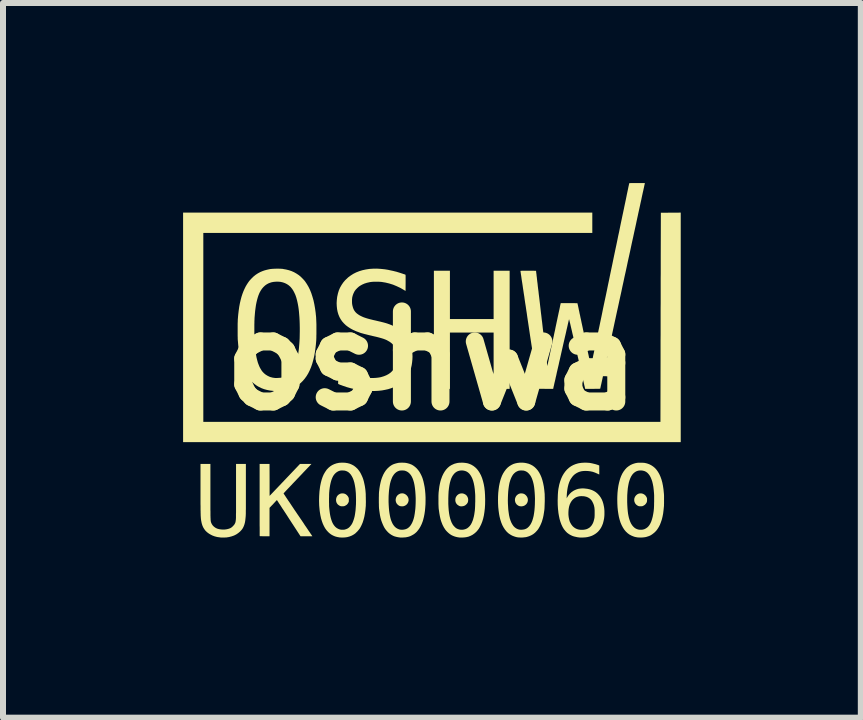
<source format=kicad_pcb>
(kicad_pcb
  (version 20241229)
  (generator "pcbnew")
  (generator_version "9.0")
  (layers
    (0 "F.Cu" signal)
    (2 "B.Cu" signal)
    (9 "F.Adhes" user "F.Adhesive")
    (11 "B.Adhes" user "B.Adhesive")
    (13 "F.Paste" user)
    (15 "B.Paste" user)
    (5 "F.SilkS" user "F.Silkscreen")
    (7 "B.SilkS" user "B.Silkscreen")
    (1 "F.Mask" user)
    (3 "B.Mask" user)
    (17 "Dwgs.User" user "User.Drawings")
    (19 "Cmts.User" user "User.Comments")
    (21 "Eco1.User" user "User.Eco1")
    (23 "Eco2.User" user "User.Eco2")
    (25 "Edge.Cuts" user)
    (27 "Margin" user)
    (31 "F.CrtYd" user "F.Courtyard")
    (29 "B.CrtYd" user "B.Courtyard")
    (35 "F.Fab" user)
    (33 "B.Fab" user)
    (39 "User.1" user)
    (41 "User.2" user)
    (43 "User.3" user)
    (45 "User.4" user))
  (footprint "oshwa"
    (layer "F.Cu")
    (at 4.145 2.96)
    (property "Reference" "oshwa" (at 0 0 0) (layer "F.SilkS") (effects (font (size 1.5 1.5) (thickness 0.3))))
    (attr board_only exclude_from_pos_files exclude_from_bom)
    (fp_poly (pts (xy 0.3 -1.098) (xy 0.3 -0.695) (xy 0.664 -0.695) (xy 1.028 -0.695) (xy 1.028 -1.098) (xy 1.028 -1.5) (xy 1.161 -1.5) (xy 1.295 -1.5) (xy 1.295 -0.516) (xy 1.295 0.468) (xy 1.161 0.468) (xy 1.028 0.468) (xy 1.028 -0.001) (xy 1.028 -0.47) (xy 0.664 -0.47) (xy 0.3 -0.47) (xy 0.3 -0.001) (xy 0.3 0.468) (xy 0.166 0.468) (xy 0.033 0.468) (xy 0.033 -0.516) (xy 0.033 -1.5) (xy 0.166 -1.5) (xy 0.3 -1.5)) (stroke (width 0) (type solid)) (fill yes) (layer "F.SilkS"))
    (fp_poly (pts (xy -0.472 2.211) (xy -0.453 2.218) (xy -0.435 2.229) (xy -0.419 2.243) (xy -0.406 2.259) (xy -0.396 2.278) (xy -0.39 2.298) (xy -0.388 2.319) (xy -0.389 2.333) (xy -0.395 2.355) (xy -0.405 2.375) (xy -0.418 2.392) (xy -0.435 2.406) (xy -0.453 2.416) (xy -0.474 2.423) (xy -0.496 2.425) (xy -0.519 2.423) (xy -0.527 2.422) (xy -0.546 2.415) (xy -0.563 2.403) (xy -0.578 2.389) (xy -0.591 2.371) (xy -0.594 2.365) (xy -0.601 2.343) (xy -0.604 2.322) (xy -0.602 2.3) (xy -0.597 2.28) (xy -0.588 2.261) (xy -0.576 2.244) (xy -0.56 2.23) (xy -0.542 2.219) (xy -0.522 2.211) (xy -0.515 2.21) (xy -0.493 2.208)) (stroke (width 0) (type solid)) (fill yes) (layer "F.SilkS"))
    (fp_poly (pts (xy 0.518 2.211) (xy 0.539 2.218) (xy 0.559 2.229) (xy 0.564 2.232) (xy 0.575 2.242) (xy 0.586 2.256) (xy 0.594 2.271) (xy 0.6 2.286) (xy 0.604 2.305) (xy 0.604 2.326) (xy 0.601 2.347) (xy 0.598 2.358) (xy 0.591 2.371) (xy 0.581 2.385) (xy 0.568 2.397) (xy 0.555 2.408) (xy 0.548 2.412) (xy 0.528 2.42) (xy 0.507 2.424) (xy 0.485 2.425) (xy 0.469 2.423) (xy 0.453 2.417) (xy 0.437 2.407) (xy 0.422 2.396) (xy 0.418 2.392) (xy 0.405 2.375) (xy 0.396 2.357) (xy 0.391 2.337) (xy 0.39 2.318) (xy 0.392 2.295) (xy 0.398 2.275) (xy 0.409 2.256) (xy 0.42 2.242) (xy 0.436 2.228) (xy 0.455 2.217) (xy 0.476 2.211) (xy 0.497 2.209)) (stroke (width 0) (type solid)) (fill yes) (layer "F.SilkS"))
    (fp_poly (pts (xy 1.505 2.21) (xy 1.527 2.215) (xy 1.546 2.224) (xy 1.563 2.238) (xy 1.566 2.241) (xy 1.581 2.259) (xy 1.591 2.278) (xy 1.597 2.298) (xy 1.599 2.318) (xy 1.597 2.337) (xy 1.592 2.356) (xy 1.583 2.374) (xy 1.571 2.39) (xy 1.556 2.403) (xy 1.539 2.414) (xy 1.519 2.421) (xy 1.497 2.425) (xy 1.487 2.425) (xy 1.476 2.424) (xy 1.466 2.423) (xy 1.463 2.423) (xy 1.446 2.417) (xy 1.429 2.407) (xy 1.413 2.394) (xy 1.401 2.378) (xy 1.394 2.367) (xy 1.388 2.351) (xy 1.384 2.332) (xy 1.383 2.314) (xy 1.384 2.3) (xy 1.391 2.277) (xy 1.401 2.257) (xy 1.415 2.24) (xy 1.431 2.227) (xy 1.45 2.216) (xy 1.471 2.21) (xy 1.492 2.209)) (stroke (width 0) (type solid)) (fill yes) (layer "F.SilkS"))
    (fp_poly (pts (xy 4.145 -0.556) (xy 4.145 1.355) (xy 0 1.355) (xy -4.145 1.355) (xy -4.145 -0.556) (xy -4.145 -2.468) (xy -0.736 -2.468) (xy 2.672 -2.468) (xy 2.672 -2.299) (xy 2.672 -2.13) (xy -0.568 -2.13) (xy -3.808 -2.13) (xy -3.808 -0.556) (xy -3.808 1.018) (xy -0.000354 1.018) (xy 3.807 1.018) (xy 3.809 -0.012) (xy 3.809 -0.092) (xy 3.809 -0.174) (xy 3.809 -0.258) (xy 3.809 -0.344) (xy 3.81 -0.431) (xy 3.81 -0.519) (xy 3.81 -0.608) (xy 3.81 -0.697) (xy 3.81 -0.786) (xy 3.81 -0.874) (xy 3.811 -0.962) (xy 3.811 -1.048) (xy 3.811 -1.133) (xy 3.811 -1.217) (xy 3.811 -1.297) (xy 3.811 -1.376) (xy 3.812 -1.451) (xy 3.812 -1.523) (xy 3.812 -1.591) (xy 3.812 -1.656) (xy 3.812 -1.715) (xy 3.812 -1.754) (xy 3.814 -2.466) (xy 3.979 -2.467) (xy 4.145 -2.468)) (stroke (width 0) (type solid)) (fill yes) (layer "F.SilkS"))
    (fp_poly (pts (xy -1.475 2.21) (xy -1.474 2.21) (xy -1.453 2.215) (xy -1.433 2.225) (xy -1.416 2.239) (xy -1.401 2.256) (xy -1.392 2.272) (xy -1.388 2.28) (xy -1.386 2.286) (xy -1.385 2.293) (xy -1.384 2.301) (xy -1.384 2.311) (xy -1.384 2.318) (xy -1.384 2.33) (xy -1.384 2.34) (xy -1.385 2.346) (xy -1.387 2.352) (xy -1.39 2.359) (xy -1.392 2.363) (xy -1.404 2.383) (xy -1.42 2.4) (xy -1.44 2.412) (xy -1.443 2.414) (xy -1.454 2.419) (xy -1.463 2.422) (xy -1.472 2.423) (xy -1.484 2.424) (xy -1.496 2.424) (xy -1.507 2.424) (xy -1.515 2.423) (xy -1.517 2.423) (xy -1.531 2.418) (xy -1.546 2.41) (xy -1.56 2.4) (xy -1.569 2.392) (xy -1.58 2.378) (xy -1.588 2.364) (xy -1.593 2.348) (xy -1.594 2.346) (xy -1.597 2.323) (xy -1.596 2.302) (xy -1.591 2.281) (xy -1.583 2.262) (xy -1.571 2.245) (xy -1.556 2.231) (xy -1.538 2.22) (xy -1.519 2.212) (xy -1.498 2.209)) (stroke (width 0) (type solid)) (fill yes) (layer "F.SilkS"))
    (fp_poly (pts (xy 3.5 2.211) (xy 3.52 2.218) (xy 3.538 2.228) (xy 3.555 2.242) (xy 3.568 2.259) (xy 3.576 2.273) (xy 3.579 2.28) (xy 3.582 2.286) (xy 3.583 2.293) (xy 3.584 2.301) (xy 3.584 2.312) (xy 3.584 2.318) (xy 3.584 2.33) (xy 3.583 2.34) (xy 3.582 2.346) (xy 3.58 2.352) (xy 3.578 2.359) (xy 3.576 2.363) (xy 3.563 2.383) (xy 3.547 2.4) (xy 3.528 2.412) (xy 3.524 2.414) (xy 3.514 2.419) (xy 3.506 2.422) (xy 3.497 2.423) (xy 3.486 2.424) (xy 3.482 2.424) (xy 3.471 2.424) (xy 3.46 2.424) (xy 3.452 2.423) (xy 3.449 2.423) (xy 3.434 2.417) (xy 3.418 2.408) (xy 3.404 2.397) (xy 3.403 2.396) (xy 3.389 2.38) (xy 3.379 2.361) (xy 3.372 2.34) (xy 3.37 2.318) (xy 3.372 2.295) (xy 3.374 2.289) (xy 3.381 2.27) (xy 3.391 2.254) (xy 3.404 2.239) (xy 3.421 2.225) (xy 3.44 2.215) (xy 3.46 2.21) (xy 3.48 2.209)) (stroke (width 0) (type solid)) (fill yes) (layer "F.SilkS"))
    (fp_poly (pts (xy -2.704 1.984) (xy -2.704 2.251) (xy -2.45 1.984) (xy -2.197 1.718) (xy -2.102 1.718) (xy -2.081 1.718) (xy -2.061 1.718) (xy -2.044 1.718) (xy -2.03 1.718) (xy -2.018 1.718) (xy -2.011 1.719) (xy -2.008 1.719) (xy -2.007 1.719) (xy -2.009 1.721) (xy -2.014 1.726) (xy -2.022 1.735) (xy -2.033 1.746) (xy -2.046 1.761) (xy -2.062 1.777) (xy -2.081 1.797) (xy -2.101 1.818) (xy -2.123 1.841) (xy -2.147 1.866) (xy -2.172 1.893) (xy -2.199 1.921) (xy -2.226 1.95) (xy -2.239 1.963) (xy -2.267 1.993) (xy -2.294 2.021) (xy -2.32 2.048) (xy -2.344 2.074) (xy -2.367 2.098) (xy -2.389 2.121) (xy -2.408 2.141) (xy -2.425 2.159) (xy -2.44 2.175) (xy -2.452 2.188) (xy -2.461 2.198) (xy -2.468 2.205) (xy -2.471 2.209) (xy -2.472 2.209) (xy -2.47 2.211) (xy -2.466 2.218) (xy -2.46 2.228) (xy -2.451 2.241) (xy -2.44 2.258) (xy -2.427 2.278) (xy -2.412 2.3) (xy -2.395 2.326) (xy -2.376 2.353) (xy -2.356 2.383) (xy -2.335 2.415) (xy -2.312 2.449) (xy -2.289 2.484) (xy -2.264 2.52) (xy -2.239 2.558) (xy -2.237 2.56) (xy -2.211 2.598) (xy -2.186 2.635) (xy -2.162 2.67) (xy -2.139 2.704) (xy -2.118 2.737) (xy -2.097 2.767) (xy -2.078 2.795) (xy -2.061 2.821) (xy -2.045 2.844) (xy -2.031 2.864) (xy -2.02 2.881) (xy -2.01 2.895) (xy -2.003 2.906) (xy -1.998 2.913) (xy -1.996 2.916) (xy -1.996 2.916) (xy -1.992 2.923) (xy -2.09 2.923) (xy -2.189 2.923) (xy -2.385 2.622) (xy -2.408 2.586) (xy -2.43 2.552) (xy -2.451 2.52) (xy -2.471 2.489) (xy -2.491 2.46) (xy -2.508 2.433) (xy -2.524 2.408) (xy -2.539 2.386) (xy -2.552 2.367) (xy -2.562 2.35) (xy -2.571 2.337) (xy -2.577 2.328) (xy -2.581 2.322) (xy -2.582 2.32) (xy -2.584 2.322) (xy -2.589 2.327) (xy -2.597 2.335) (xy -2.607 2.346) (xy -2.618 2.358) (xy -2.631 2.372) (xy -2.644 2.386) (xy -2.705 2.45) (xy -2.705 2.687) (xy -2.705 2.923) (xy -2.786 2.923) (xy -2.805 2.923) (xy -2.823 2.923) (xy -2.839 2.922) (xy -2.852 2.922) (xy -2.862 2.922) (xy -2.867 2.921) (xy -2.868 2.921) (xy -2.868 2.919) (xy -2.869 2.911) (xy -2.869 2.899) (xy -2.869 2.883) (xy -2.869 2.862) (xy -2.869 2.838) (xy -2.869 2.81) (xy -2.869 2.778) (xy -2.87 2.744) (xy -2.87 2.706) (xy -2.87 2.665) (xy -2.87 2.622) (xy -2.87 2.576) (xy -2.87 2.528) (xy -2.87 2.478) (xy -2.87 2.427) (xy -2.87 2.373) (xy -2.87 2.319) (xy -2.87 2.319) (xy -2.87 1.718) (xy -2.788 1.718) (xy -2.705 1.718)) (stroke (width 0) (type solid)) (fill yes) (layer "F.SilkS"))
    (fp_poly (pts (xy -3.181 1.718) (xy -3.099 1.719) (xy -3.099 2.133) (xy -3.099 2.19) (xy -3.099 2.243) (xy -3.099 2.291) (xy -3.099 2.335) (xy -3.099 2.374) (xy -3.099 2.41) (xy -3.099 2.441) (xy -3.099 2.47) (xy -3.1 2.494) (xy -3.1 2.516) (xy -3.1 2.535) (xy -3.1 2.551) (xy -3.101 2.564) (xy -3.101 2.575) (xy -3.102 2.584) (xy -3.102 2.59) (xy -3.106 2.631) (xy -3.11 2.667) (xy -3.116 2.699) (xy -3.124 2.728) (xy -3.133 2.753) (xy -3.144 2.777) (xy -3.156 2.798) (xy -3.171 2.818) (xy -3.189 2.837) (xy -3.195 2.844) (xy -3.226 2.87) (xy -3.26 2.893) (xy -3.296 2.911) (xy -3.336 2.925) (xy -3.378 2.936) (xy -3.422 2.943) (xy -3.469 2.945) (xy -3.518 2.944) (xy -3.531 2.942) (xy -3.576 2.936) (xy -3.619 2.925) (xy -3.659 2.91) (xy -3.697 2.89) (xy -3.718 2.877) (xy -3.747 2.855) (xy -3.772 2.831) (xy -3.793 2.803) (xy -3.811 2.773) (xy -3.825 2.74) (xy -3.836 2.703) (xy -3.838 2.691) (xy -3.84 2.681) (xy -3.842 2.672) (xy -3.844 2.662) (xy -3.845 2.652) (xy -3.847 2.642) (xy -3.848 2.631) (xy -3.849 2.618) (xy -3.85 2.605) (xy -3.851 2.59) (xy -3.852 2.573) (xy -3.852 2.554) (xy -3.853 2.532) (xy -3.853 2.509) (xy -3.854 2.482) (xy -3.854 2.453) (xy -3.854 2.42) (xy -3.855 2.384) (xy -3.855 2.344) (xy -3.855 2.301) (xy -3.855 2.253) (xy -3.855 2.2) (xy -3.855 2.143) (xy -3.855 2.12) (xy -3.855 1.718) (xy -3.772 1.718) (xy -3.69 1.718) (xy -3.69 2.164) (xy -3.69 2.222) (xy -3.69 2.276) (xy -3.69 2.325) (xy -3.69 2.37) (xy -3.69 2.411) (xy -3.69 2.448) (xy -3.69 2.481) (xy -3.689 2.51) (xy -3.689 2.537) (xy -3.689 2.56) (xy -3.689 2.581) (xy -3.688 2.599) (xy -3.688 2.615) (xy -3.687 2.628) (xy -3.687 2.64) (xy -3.686 2.65) (xy -3.685 2.659) (xy -3.685 2.666) (xy -3.684 2.672) (xy -3.683 2.678) (xy -3.681 2.683) (xy -3.68 2.687) (xy -3.679 2.692) (xy -3.679 2.693) (xy -3.668 2.718) (xy -3.653 2.741) (xy -3.634 2.761) (xy -3.612 2.778) (xy -3.593 2.789) (xy -3.569 2.799) (xy -3.541 2.806) (xy -3.511 2.81) (xy -3.48 2.812) (xy -3.449 2.811) (xy -3.419 2.807) (xy -3.39 2.8) (xy -3.364 2.791) (xy -3.354 2.786) (xy -3.341 2.778) (xy -3.327 2.767) (xy -3.314 2.754) (xy -3.3 2.739) (xy -3.289 2.725) (xy -3.281 2.71) (xy -3.274 2.694) (xy -3.27 2.676) (xy -3.267 2.654) (xy -3.265 2.637) (xy -3.265 2.63) (xy -3.264 2.618) (xy -3.264 2.601) (xy -3.264 2.58) (xy -3.264 2.554) (xy -3.263 2.524) (xy -3.263 2.489) (xy -3.263 2.45) (xy -3.263 2.407) (xy -3.263 2.361) (xy -3.263 2.31) (xy -3.263 2.255) (xy -3.263 2.197) (xy -3.263 2.161) (xy -3.263 1.718)) (stroke (width 0) (type solid)) (fill yes) (layer "F.SilkS"))
    (fp_poly (pts (xy 1.521 1.698) (xy 1.549 1.701) (xy 1.575 1.706) (xy 1.602 1.713) (xy 1.611 1.715) (xy 1.647 1.73) (xy 1.68 1.748) (xy 1.711 1.771) (xy 1.739 1.798) (xy 1.765 1.829) (xy 1.787 1.862) (xy 1.807 1.9) (xy 1.825 1.942) (xy 1.84 1.988) (xy 1.853 2.039) (xy 1.864 2.093) (xy 1.872 2.152) (xy 1.878 2.212) (xy 1.879 2.231) (xy 1.879 2.254) (xy 1.88 2.279) (xy 1.88 2.307) (xy 1.88 2.336) (xy 1.879 2.365) (xy 1.878 2.393) (xy 1.877 2.42) (xy 1.876 2.445) (xy 1.875 2.467) (xy 1.873 2.484) (xy 1.873 2.486) (xy 1.866 2.533) (xy 1.859 2.576) (xy 1.851 2.614) (xy 1.841 2.65) (xy 1.831 2.683) (xy 1.818 2.715) (xy 1.805 2.744) (xy 1.793 2.767) (xy 1.782 2.786) (xy 1.771 2.804) (xy 1.758 2.821) (xy 1.745 2.836) (xy 1.718 2.864) (xy 1.688 2.888) (xy 1.655 2.907) (xy 1.619 2.923) (xy 1.58 2.935) (xy 1.567 2.938) (xy 1.551 2.94) (xy 1.532 2.942) (xy 1.511 2.944) (xy 1.489 2.944) (xy 1.468 2.944) (xy 1.45 2.943) (xy 1.446 2.943) (xy 1.427 2.941) (xy 1.411 2.938) (xy 1.395 2.934) (xy 1.377 2.928) (xy 1.37 2.926) (xy 1.335 2.912) (xy 1.302 2.893) (xy 1.271 2.871) (xy 1.243 2.844) (xy 1.217 2.812) (xy 1.194 2.777) (xy 1.173 2.738) (xy 1.155 2.694) (xy 1.14 2.647) (xy 1.127 2.596) (xy 1.119 2.553) (xy 1.111 2.495) (xy 1.105 2.437) (xy 1.102 2.378) (xy 1.101 2.328) (xy 1.265 2.328) (xy 1.266 2.379) (xy 1.269 2.429) (xy 1.272 2.477) (xy 1.278 2.523) (xy 1.284 2.566) (xy 1.287 2.582) (xy 1.297 2.625) (xy 1.31 2.664) (xy 1.324 2.698) (xy 1.341 2.728) (xy 1.359 2.754) (xy 1.38 2.775) (xy 1.403 2.792) (xy 1.427 2.804) (xy 1.452 2.812) (xy 1.47 2.814) (xy 1.492 2.815) (xy 1.513 2.813) (xy 1.533 2.81) (xy 1.546 2.807) (xy 1.557 2.803) (xy 1.568 2.798) (xy 1.576 2.794) (xy 1.577 2.794) (xy 1.599 2.778) (xy 1.62 2.757) (xy 1.639 2.732) (xy 1.656 2.702) (xy 1.671 2.668) (xy 1.683 2.63) (xy 1.694 2.587) (xy 1.695 2.581) (xy 1.702 2.54) (xy 1.708 2.495) (xy 1.712 2.447) (xy 1.715 2.398) (xy 1.716 2.347) (xy 1.717 2.296) (xy 1.715 2.245) (xy 1.712 2.196) (xy 1.708 2.149) (xy 1.703 2.105) (xy 1.696 2.064) (xy 1.694 2.054) (xy 1.685 2.017) (xy 1.675 1.985) (xy 1.664 1.956) (xy 1.652 1.931) (xy 1.638 1.908) (xy 1.622 1.888) (xy 1.611 1.876) (xy 1.594 1.86) (xy 1.576 1.848) (xy 1.558 1.839) (xy 1.537 1.832) (xy 1.535 1.831) (xy 1.522 1.829) (xy 1.505 1.828) (xy 1.487 1.827) (xy 1.47 1.828) (xy 1.454 1.83) (xy 1.446 1.831) (xy 1.42 1.841) (xy 1.396 1.854) (xy 1.374 1.872) (xy 1.354 1.893) (xy 1.337 1.919) (xy 1.321 1.95) (xy 1.307 1.985) (xy 1.295 2.024) (xy 1.289 2.05) (xy 1.282 2.089) (xy 1.276 2.132) (xy 1.271 2.178) (xy 1.268 2.227) (xy 1.266 2.277) (xy 1.265 2.328) (xy 1.101 2.328) (xy 1.101 2.318) (xy 1.102 2.259) (xy 1.105 2.201) (xy 1.111 2.145) (xy 1.118 2.092) (xy 1.128 2.041) (xy 1.14 1.993) (xy 1.15 1.961) (xy 1.167 1.916) (xy 1.187 1.876) (xy 1.21 1.84) (xy 1.235 1.807) (xy 1.262 1.779) (xy 1.291 1.756) (xy 1.297 1.752) (xy 1.327 1.734) (xy 1.358 1.719) (xy 1.39 1.709) (xy 1.424 1.702) (xy 1.46 1.698) (xy 1.49 1.697)) (stroke (width 0) (type solid)) (fill yes) (layer "F.SilkS"))
    (fp_poly (pts (xy 3.493 1.698) (xy 3.512 1.699) (xy 3.53 1.7) (xy 3.542 1.701) (xy 3.582 1.71) (xy 3.619 1.723) (xy 3.653 1.74) (xy 3.685 1.761) (xy 3.715 1.786) (xy 3.742 1.816) (xy 3.766 1.85) (xy 3.788 1.888) (xy 3.807 1.93) (xy 3.824 1.977) (xy 3.838 2.028) (xy 3.849 2.083) (xy 3.858 2.143) (xy 3.864 2.206) (xy 3.865 2.214) (xy 3.866 2.23) (xy 3.867 2.251) (xy 3.867 2.274) (xy 3.867 2.299) (xy 3.867 2.325) (xy 3.867 2.351) (xy 3.867 2.375) (xy 3.866 2.398) (xy 3.866 2.417) (xy 3.865 2.426) (xy 3.859 2.487) (xy 3.852 2.544) (xy 3.842 2.596) (xy 3.83 2.645) (xy 3.815 2.689) (xy 3.799 2.731) (xy 3.78 2.768) (xy 3.762 2.797) (xy 3.743 2.824) (xy 3.72 2.849) (xy 3.694 2.872) (xy 3.668 2.892) (xy 3.641 2.909) (xy 3.636 2.911) (xy 3.619 2.919) (xy 3.598 2.926) (xy 3.576 2.933) (xy 3.555 2.938) (xy 3.548 2.939) (xy 3.534 2.941) (xy 3.516 2.943) (xy 3.496 2.944) (xy 3.476 2.944) (xy 3.456 2.944) (xy 3.44 2.943) (xy 3.431 2.943) (xy 3.412 2.94) (xy 3.395 2.937) (xy 3.378 2.933) (xy 3.36 2.927) (xy 3.325 2.913) (xy 3.291 2.895) (xy 3.261 2.873) (xy 3.232 2.846) (xy 3.206 2.815) (xy 3.183 2.78) (xy 3.162 2.741) (xy 3.143 2.698) (xy 3.128 2.651) (xy 3.115 2.6) (xy 3.107 2.557) (xy 3.098 2.498) (xy 3.092 2.438) (xy 3.089 2.377) (xy 3.088 2.317) (xy 3.088 2.303) (xy 3.253 2.303) (xy 3.253 2.351) (xy 3.255 2.406) (xy 3.258 2.456) (xy 3.262 2.502) (xy 3.267 2.544) (xy 3.274 2.582) (xy 3.282 2.618) (xy 3.292 2.65) (xy 3.303 2.68) (xy 3.315 2.707) (xy 3.329 2.73) (xy 3.344 2.751) (xy 3.358 2.766) (xy 3.369 2.776) (xy 3.378 2.784) (xy 3.387 2.79) (xy 3.397 2.796) (xy 3.4 2.797) (xy 3.412 2.803) (xy 3.424 2.807) (xy 3.435 2.811) (xy 3.438 2.811) (xy 3.454 2.814) (xy 3.472 2.815) (xy 3.491 2.815) (xy 3.508 2.813) (xy 3.511 2.813) (xy 3.538 2.806) (xy 3.562 2.794) (xy 3.585 2.779) (xy 3.605 2.76) (xy 3.624 2.736) (xy 3.64 2.708) (xy 3.655 2.675) (xy 3.667 2.638) (xy 3.678 2.597) (xy 3.687 2.551) (xy 3.695 2.5) (xy 3.696 2.484) (xy 3.698 2.469) (xy 3.699 2.45) (xy 3.7 2.428) (xy 3.701 2.403) (xy 3.701 2.376) (xy 3.702 2.348) (xy 3.702 2.32) (xy 3.702 2.293) (xy 3.702 2.267) (xy 3.702 2.243) (xy 3.701 2.223) (xy 3.7 2.206) (xy 3.7 2.206) (xy 3.695 2.15) (xy 3.689 2.099) (xy 3.68 2.052) (xy 3.67 2.01) (xy 3.657 1.973) (xy 3.643 1.94) (xy 3.627 1.911) (xy 3.609 1.887) (xy 3.589 1.866) (xy 3.567 1.85) (xy 3.543 1.838) (xy 3.517 1.831) (xy 3.499 1.828) (xy 3.469 1.827) (xy 3.44 1.83) (xy 3.413 1.838) (xy 3.388 1.851) (xy 3.365 1.868) (xy 3.345 1.889) (xy 3.34 1.895) (xy 3.322 1.922) (xy 3.306 1.954) (xy 3.292 1.991) (xy 3.28 2.031) (xy 3.271 2.077) (xy 3.263 2.126) (xy 3.258 2.181) (xy 3.254 2.239) (xy 3.253 2.303) (xy 3.088 2.303) (xy 3.089 2.256) (xy 3.092 2.197) (xy 3.098 2.14) (xy 3.106 2.085) (xy 3.117 2.033) (xy 3.13 1.985) (xy 3.135 1.966) (xy 3.152 1.921) (xy 3.172 1.879) (xy 3.195 1.842) (xy 3.22 1.809) (xy 3.247 1.78) (xy 3.278 1.756) (xy 3.311 1.735) (xy 3.347 1.719) (xy 3.385 1.707) (xy 3.42 1.7) (xy 3.434 1.699) (xy 3.452 1.698) (xy 3.472 1.698)) (stroke (width 0) (type solid)) (fill yes) (layer "F.SilkS"))
    (fp_poly (pts (xy -1.446 1.699) (xy -1.406 1.705) (xy -1.368 1.715) (xy -1.333 1.73) (xy -1.3 1.748) (xy -1.27 1.771) (xy -1.242 1.797) (xy -1.229 1.812) (xy -1.215 1.831) (xy -1.202 1.849) (xy -1.19 1.869) (xy -1.178 1.893) (xy -1.174 1.901) (xy -1.159 1.934) (xy -1.146 1.968) (xy -1.135 2.005) (xy -1.126 2.045) (xy -1.117 2.088) (xy -1.11 2.136) (xy -1.106 2.17) (xy -1.105 2.186) (xy -1.103 2.206) (xy -1.102 2.229) (xy -1.102 2.255) (xy -1.101 2.282) (xy -1.101 2.309) (xy -1.1 2.336) (xy -1.1 2.363) (xy -1.101 2.387) (xy -1.101 2.408) (xy -1.102 2.424) (xy -1.108 2.487) (xy -1.116 2.545) (xy -1.126 2.599) (xy -1.139 2.649) (xy -1.154 2.696) (xy -1.172 2.738) (xy -1.192 2.777) (xy -1.205 2.798) (xy -1.216 2.812) (xy -1.229 2.828) (xy -1.243 2.844) (xy -1.259 2.859) (xy -1.274 2.874) (xy -1.289 2.885) (xy -1.297 2.891) (xy -1.332 2.911) (xy -1.369 2.926) (xy -1.408 2.937) (xy -1.419 2.939) (xy -1.434 2.941) (xy -1.452 2.943) (xy -1.471 2.944) (xy -1.492 2.944) (xy -1.511 2.944) (xy -1.528 2.943) (xy -1.536 2.943) (xy -1.576 2.936) (xy -1.613 2.926) (xy -1.648 2.911) (xy -1.68 2.893) (xy -1.71 2.87) (xy -1.73 2.851) (xy -1.756 2.822) (xy -1.779 2.79) (xy -1.799 2.754) (xy -1.817 2.715) (xy -1.833 2.671) (xy -1.847 2.624) (xy -1.858 2.573) (xy -1.867 2.517) (xy -1.871 2.485) (xy -1.878 2.409) (xy -1.88 2.331) (xy -1.88 2.325) (xy -1.714 2.325) (xy -1.714 2.355) (xy -1.713 2.384) (xy -1.713 2.411) (xy -1.712 2.435) (xy -1.71 2.456) (xy -1.709 2.47) (xy -1.704 2.512) (xy -1.699 2.549) (xy -1.693 2.582) (xy -1.686 2.613) (xy -1.678 2.641) (xy -1.669 2.668) (xy -1.66 2.691) (xy -1.646 2.719) (xy -1.628 2.745) (xy -1.609 2.767) (xy -1.587 2.785) (xy -1.563 2.799) (xy -1.538 2.809) (xy -1.53 2.811) (xy -1.514 2.814) (xy -1.495 2.815) (xy -1.476 2.815) (xy -1.459 2.813) (xy -1.456 2.813) (xy -1.429 2.805) (xy -1.404 2.794) (xy -1.381 2.778) (xy -1.361 2.757) (xy -1.342 2.733) (xy -1.325 2.704) (xy -1.311 2.67) (xy -1.298 2.632) (xy -1.287 2.59) (xy -1.279 2.543) (xy -1.272 2.491) (xy -1.268 2.435) (xy -1.265 2.389) (xy -1.264 2.325) (xy -1.265 2.264) (xy -1.267 2.207) (xy -1.272 2.151) (xy -1.275 2.124) (xy -1.283 2.075) (xy -1.292 2.031) (xy -1.304 1.99) (xy -1.318 1.954) (xy -1.334 1.923) (xy -1.352 1.895) (xy -1.372 1.873) (xy -1.394 1.854) (xy -1.418 1.841) (xy -1.444 1.832) (xy -1.447 1.831) (xy -1.461 1.829) (xy -1.478 1.828) (xy -1.497 1.827) (xy -1.514 1.828) (xy -1.529 1.83) (xy -1.552 1.837) (xy -1.575 1.849) (xy -1.597 1.864) (xy -1.616 1.882) (xy -1.627 1.895) (xy -1.643 1.917) (xy -1.656 1.942) (xy -1.668 1.97) (xy -1.679 2.002) (xy -1.688 2.037) (xy -1.696 2.075) (xy -1.703 2.118) (xy -1.709 2.166) (xy -1.709 2.173) (xy -1.711 2.191) (xy -1.712 2.213) (xy -1.713 2.238) (xy -1.713 2.266) (xy -1.714 2.295) (xy -1.714 2.325) (xy -1.88 2.325) (xy -1.878 2.253) (xy -1.873 2.175) (xy -1.863 2.098) (xy -1.861 2.085) (xy -1.85 2.032) (xy -1.837 1.982) (xy -1.821 1.935) (xy -1.802 1.892) (xy -1.78 1.854) (xy -1.756 1.819) (xy -1.749 1.81) (xy -1.722 1.782) (xy -1.693 1.758) (xy -1.662 1.738) (xy -1.628 1.722) (xy -1.59 1.709) (xy -1.59 1.709) (xy -1.571 1.705) (xy -1.553 1.701) (xy -1.536 1.699) (xy -1.516 1.698) (xy -1.494 1.697) (xy -1.49 1.697)) (stroke (width 0) (type solid)) (fill yes) (layer "F.SilkS"))
    (fp_poly (pts (xy 0.534 1.699) (xy 0.568 1.703) (xy 0.599 1.709) (xy 0.628 1.719) (xy 0.656 1.731) (xy 0.69 1.751) (xy 0.72 1.774) (xy 0.749 1.802) (xy 0.774 1.834) (xy 0.797 1.87) (xy 0.818 1.91) (xy 0.836 1.955) (xy 0.851 2.003) (xy 0.864 2.056) (xy 0.874 2.113) (xy 0.881 2.173) (xy 0.885 2.238) (xy 0.887 2.306) (xy 0.887 2.321) (xy 0.886 2.391) (xy 0.882 2.457) (xy 0.875 2.518) (xy 0.866 2.576) (xy 0.854 2.629) (xy 0.839 2.678) (xy 0.821 2.724) (xy 0.813 2.74) (xy 0.798 2.77) (xy 0.782 2.797) (xy 0.765 2.82) (xy 0.745 2.843) (xy 0.738 2.851) (xy 0.708 2.877) (xy 0.677 2.899) (xy 0.644 2.916) (xy 0.609 2.93) (xy 0.57 2.939) (xy 0.568 2.939) (xy 0.554 2.941) (xy 0.536 2.943) (xy 0.516 2.944) (xy 0.496 2.944) (xy 0.477 2.944) (xy 0.46 2.944) (xy 0.451 2.943) (xy 0.425 2.939) (xy 0.399 2.933) (xy 0.373 2.925) (xy 0.348 2.915) (xy 0.327 2.905) (xy 0.32 2.901) (xy 0.302 2.889) (xy 0.286 2.877) (xy 0.271 2.864) (xy 0.255 2.849) (xy 0.252 2.846) (xy 0.237 2.83) (xy 0.224 2.814) (xy 0.213 2.797) (xy 0.201 2.779) (xy 0.193 2.764) (xy 0.177 2.733) (xy 0.164 2.7) (xy 0.151 2.665) (xy 0.141 2.627) (xy 0.132 2.586) (xy 0.124 2.541) (xy 0.117 2.492) (xy 0.113 2.464) (xy 0.112 2.449) (xy 0.111 2.43) (xy 0.11 2.407) (xy 0.109 2.382) (xy 0.109 2.356) (xy 0.109 2.328) (xy 0.109 2.322) (xy 0.273 2.322) (xy 0.273 2.384) (xy 0.276 2.441) (xy 0.28 2.493) (xy 0.286 2.541) (xy 0.294 2.586) (xy 0.304 2.626) (xy 0.316 2.663) (xy 0.329 2.696) (xy 0.342 2.72) (xy 0.352 2.737) (xy 0.366 2.753) (xy 0.376 2.764) (xy 0.387 2.775) (xy 0.396 2.783) (xy 0.404 2.789) (xy 0.413 2.794) (xy 0.42 2.798) (xy 0.432 2.803) (xy 0.444 2.807) (xy 0.455 2.811) (xy 0.458 2.811) (xy 0.476 2.814) (xy 0.497 2.815) (xy 0.517 2.814) (xy 0.535 2.811) (xy 0.562 2.803) (xy 0.587 2.791) (xy 0.61 2.773) (xy 0.631 2.752) (xy 0.65 2.726) (xy 0.666 2.695) (xy 0.68 2.66) (xy 0.683 2.653) (xy 0.691 2.624) (xy 0.699 2.594) (xy 0.705 2.563) (xy 0.71 2.53) (xy 0.715 2.495) (xy 0.718 2.456) (xy 0.72 2.414) (xy 0.721 2.367) (xy 0.722 2.349) (xy 0.722 2.313) (xy 0.722 2.281) (xy 0.722 2.252) (xy 0.721 2.226) (xy 0.719 2.2) (xy 0.717 2.175) (xy 0.715 2.149) (xy 0.714 2.139) (xy 0.707 2.088) (xy 0.698 2.042) (xy 0.687 2.001) (xy 0.674 1.964) (xy 0.658 1.931) (xy 0.641 1.903) (xy 0.622 1.879) (xy 0.601 1.86) (xy 0.577 1.845) (xy 0.552 1.835) (xy 0.524 1.829) (xy 0.518 1.828) (xy 0.487 1.827) (xy 0.458 1.831) (xy 0.431 1.839) (xy 0.406 1.852) (xy 0.383 1.869) (xy 0.363 1.891) (xy 0.344 1.917) (xy 0.338 1.928) (xy 0.323 1.958) (xy 0.311 1.992) (xy 0.3 2.031) (xy 0.291 2.075) (xy 0.284 2.122) (xy 0.278 2.175) (xy 0.275 2.231) (xy 0.273 2.292) (xy 0.273 2.322) (xy 0.109 2.322) (xy 0.109 2.301) (xy 0.109 2.274) (xy 0.109 2.249) (xy 0.11 2.227) (xy 0.111 2.207) (xy 0.112 2.192) (xy 0.112 2.191) (xy 0.118 2.141) (xy 0.124 2.095) (xy 0.132 2.053) (xy 0.141 2.014) (xy 0.151 1.978) (xy 0.154 1.971) (xy 0.171 1.924) (xy 0.191 1.882) (xy 0.213 1.845) (xy 0.237 1.812) (xy 0.264 1.783) (xy 0.293 1.758) (xy 0.325 1.738) (xy 0.36 1.722) (xy 0.377 1.715) (xy 0.403 1.708) (xy 0.428 1.702) (xy 0.455 1.699) (xy 0.484 1.698) (xy 0.498 1.697)) (stroke (width 0) (type solid)) (fill yes) (layer "F.SilkS"))
    (fp_poly (pts (xy -0.477 1.698) (xy -0.455 1.699) (xy -0.436 1.701) (xy -0.431 1.702) (xy -0.414 1.705) (xy -0.395 1.71) (xy -0.376 1.715) (xy -0.358 1.722) (xy -0.343 1.728) (xy -0.337 1.73) (xy -0.31 1.746) (xy -0.283 1.766) (xy -0.257 1.789) (xy -0.234 1.815) (xy -0.213 1.842) (xy -0.212 1.844) (xy -0.198 1.867) (xy -0.184 1.893) (xy -0.171 1.92) (xy -0.16 1.947) (xy -0.155 1.961) (xy -0.142 2.005) (xy -0.131 2.054) (xy -0.121 2.105) (xy -0.114 2.159) (xy -0.109 2.215) (xy -0.106 2.273) (xy -0.106 2.331) (xy -0.107 2.388) (xy -0.111 2.445) (xy -0.116 2.5) (xy -0.124 2.554) (xy -0.134 2.604) (xy -0.146 2.651) (xy -0.154 2.677) (xy -0.171 2.721) (xy -0.191 2.762) (xy -0.213 2.799) (xy -0.236 2.829) (xy -0.25 2.846) (xy -0.264 2.86) (xy -0.278 2.872) (xy -0.293 2.884) (xy -0.305 2.892) (xy -0.335 2.909) (xy -0.364 2.923) (xy -0.396 2.933) (xy -0.425 2.939) (xy -0.435 2.941) (xy -0.449 2.942) (xy -0.465 2.943) (xy -0.481 2.944) (xy -0.497 2.944) (xy -0.512 2.944) (xy -0.524 2.944) (xy -0.53 2.944) (xy -0.566 2.939) (xy -0.598 2.932) (xy -0.626 2.924) (xy -0.647 2.915) (xy -0.675 2.9) (xy -0.703 2.881) (xy -0.73 2.858) (xy -0.754 2.832) (xy -0.775 2.806) (xy -0.79 2.783) (xy -0.805 2.755) (xy -0.819 2.724) (xy -0.832 2.692) (xy -0.844 2.659) (xy -0.853 2.625) (xy -0.856 2.615) (xy -0.86 2.596) (xy -0.865 2.572) (xy -0.869 2.547) (xy -0.873 2.519) (xy -0.877 2.492) (xy -0.879 2.474) (xy -0.881 2.459) (xy -0.882 2.44) (xy -0.883 2.417) (xy -0.883 2.392) (xy -0.884 2.365) (xy -0.884 2.336) (xy -0.884 2.308) (xy -0.884 2.302) (xy -0.722 2.302) (xy -0.722 2.353) (xy -0.72 2.402) (xy -0.717 2.45) (xy -0.713 2.496) (xy -0.707 2.539) (xy -0.7 2.579) (xy -0.692 2.616) (xy -0.683 2.648) (xy -0.681 2.654) (xy -0.667 2.689) (xy -0.652 2.72) (xy -0.634 2.746) (xy -0.615 2.768) (xy -0.594 2.785) (xy -0.57 2.799) (xy -0.545 2.809) (xy -0.534 2.812) (xy -0.518 2.814) (xy -0.499 2.815) (xy -0.479 2.814) (xy -0.46 2.811) (xy -0.443 2.807) (xy -0.441 2.807) (xy -0.421 2.799) (xy -0.404 2.79) (xy -0.387 2.777) (xy -0.381 2.772) (xy -0.362 2.752) (xy -0.345 2.727) (xy -0.329 2.698) (xy -0.315 2.665) (xy -0.303 2.628) (xy -0.293 2.588) (xy -0.292 2.58) (xy -0.286 2.546) (xy -0.281 2.508) (xy -0.276 2.467) (xy -0.273 2.424) (xy -0.271 2.379) (xy -0.27 2.334) (xy -0.27 2.289) (xy -0.272 2.245) (xy -0.273 2.226) (xy -0.277 2.17) (xy -0.283 2.118) (xy -0.29 2.071) (xy -0.299 2.028) (xy -0.31 1.99) (xy -0.323 1.955) (xy -0.338 1.925) (xy -0.354 1.9) (xy -0.373 1.878) (xy -0.393 1.86) (xy -0.416 1.845) (xy -0.44 1.835) (xy -0.452 1.831) (xy -0.464 1.829) (xy -0.479 1.828) (xy -0.496 1.827) (xy -0.513 1.828) (xy -0.529 1.829) (xy -0.541 1.831) (xy -0.541 1.831) (xy -0.568 1.841) (xy -0.592 1.855) (xy -0.615 1.874) (xy -0.635 1.897) (xy -0.653 1.924) (xy -0.66 1.937) (xy -0.674 1.97) (xy -0.687 2.007) (xy -0.698 2.049) (xy -0.706 2.095) (xy -0.713 2.146) (xy -0.714 2.153) (xy -0.718 2.202) (xy -0.721 2.252) (xy -0.722 2.302) (xy -0.884 2.302) (xy -0.884 2.279) (xy -0.883 2.252) (xy -0.883 2.226) (xy -0.882 2.204) (xy -0.881 2.184) (xy -0.879 2.169) (xy -0.879 2.169) (xy -0.874 2.126) (xy -0.868 2.088) (xy -0.861 2.053) (xy -0.854 2.021) (xy -0.846 1.991) (xy -0.837 1.962) (xy -0.828 1.938) (xy -0.81 1.896) (xy -0.789 1.858) (xy -0.766 1.824) (xy -0.739 1.793) (xy -0.711 1.767) (xy -0.68 1.744) (xy -0.655 1.73) (xy -0.642 1.724) (xy -0.625 1.718) (xy -0.606 1.712) (xy -0.587 1.707) (xy -0.569 1.703) (xy -0.561 1.701) (xy -0.543 1.699) (xy -0.522 1.698) (xy -0.5 1.697)) (stroke (width 0) (type solid)) (fill yes) (layer "F.SilkS"))
    (fp_poly (pts (xy 2.596 1.699) (xy 2.626 1.701) (xy 2.649 1.705) (xy 2.673 1.71) (xy 2.698 1.716) (xy 2.723 1.722) (xy 2.746 1.729) (xy 2.767 1.736) (xy 2.777 1.74) (xy 2.788 1.745) (xy 2.788 1.82) (xy 2.788 1.895) (xy 2.754 1.879) (xy 2.717 1.863) (xy 2.68 1.85) (xy 2.643 1.842) (xy 2.605 1.837) (xy 2.564 1.835) (xy 2.561 1.835) (xy 2.526 1.836) (xy 2.494 1.84) (xy 2.465 1.847) (xy 2.438 1.857) (xy 2.412 1.87) (xy 2.393 1.882) (xy 2.374 1.896) (xy 2.355 1.914) (xy 2.337 1.935) (xy 2.321 1.958) (xy 2.306 1.981) (xy 2.301 1.991) (xy 2.287 2.023) (xy 2.275 2.058) (xy 2.265 2.097) (xy 2.257 2.139) (xy 2.251 2.183) (xy 2.247 2.229) (xy 2.246 2.25) (xy 2.245 2.291) (xy 2.253 2.276) (xy 2.274 2.243) (xy 2.298 2.214) (xy 2.325 2.189) (xy 2.355 2.168) (xy 2.375 2.157) (xy 2.405 2.144) (xy 2.436 2.134) (xy 2.469 2.129) (xy 2.504 2.126) (xy 2.542 2.127) (xy 2.546 2.128) (xy 2.59 2.133) (xy 2.63 2.142) (xy 2.666 2.154) (xy 2.7 2.17) (xy 2.732 2.19) (xy 2.76 2.214) (xy 2.768 2.222) (xy 2.792 2.249) (xy 2.812 2.278) (xy 2.83 2.31) (xy 2.844 2.344) (xy 2.856 2.383) (xy 2.865 2.425) (xy 2.869 2.448) (xy 2.871 2.465) (xy 2.873 2.486) (xy 2.874 2.509) (xy 2.874 2.534) (xy 2.874 2.559) (xy 2.873 2.582) (xy 2.871 2.603) (xy 2.869 2.621) (xy 2.869 2.623) (xy 2.86 2.668) (xy 2.849 2.71) (xy 2.834 2.748) (xy 2.817 2.782) (xy 2.796 2.813) (xy 2.772 2.842) (xy 2.76 2.854) (xy 2.732 2.877) (xy 2.701 2.897) (xy 2.668 2.914) (xy 2.631 2.927) (xy 2.591 2.937) (xy 2.579 2.939) (xy 2.568 2.94) (xy 2.555 2.942) (xy 2.538 2.943) (xy 2.521 2.944) (xy 2.503 2.944) (xy 2.487 2.944) (xy 2.472 2.944) (xy 2.462 2.944) (xy 2.461 2.944) (xy 2.427 2.94) (xy 2.395 2.933) (xy 2.365 2.926) (xy 2.339 2.917) (xy 2.324 2.91) (xy 2.306 2.901) (xy 2.287 2.89) (xy 2.27 2.878) (xy 2.255 2.867) (xy 2.251 2.864) (xy 2.224 2.836) (xy 2.199 2.805) (xy 2.177 2.769) (xy 2.158 2.729) (xy 2.141 2.684) (xy 2.127 2.636) (xy 2.116 2.583) (xy 2.107 2.532) (xy 2.274 2.532) (xy 2.274 2.559) (xy 2.276 2.585) (xy 2.279 2.608) (xy 2.28 2.613) (xy 2.285 2.639) (xy 2.291 2.662) (xy 2.298 2.683) (xy 2.308 2.702) (xy 2.319 2.722) (xy 2.324 2.729) (xy 2.343 2.754) (xy 2.365 2.774) (xy 2.39 2.791) (xy 2.418 2.804) (xy 2.447 2.812) (xy 2.479 2.816) (xy 2.513 2.816) (xy 2.526 2.815) (xy 2.547 2.812) (xy 2.565 2.808) (xy 2.582 2.803) (xy 2.599 2.795) (xy 2.599 2.795) (xy 2.623 2.781) (xy 2.643 2.763) (xy 2.661 2.742) (xy 2.677 2.716) (xy 2.69 2.687) (xy 2.7 2.653) (xy 2.708 2.618) (xy 2.709 2.607) (xy 2.71 2.591) (xy 2.711 2.57) (xy 2.711 2.544) (xy 2.711 2.535) (xy 2.711 2.513) (xy 2.711 2.494) (xy 2.71 2.479) (xy 2.709 2.466) (xy 2.708 2.453) (xy 2.706 2.44) (xy 2.703 2.427) (xy 2.7 2.413) (xy 2.694 2.394) (xy 2.686 2.374) (xy 2.676 2.354) (xy 2.666 2.335) (xy 2.663 2.331) (xy 2.646 2.31) (xy 2.625 2.292) (xy 2.601 2.277) (xy 2.574 2.266) (xy 2.545 2.259) (xy 2.52 2.256) (xy 2.487 2.255) (xy 2.458 2.257) (xy 2.431 2.263) (xy 2.406 2.272) (xy 2.398 2.275) (xy 2.373 2.291) (xy 2.349 2.311) (xy 2.329 2.334) (xy 2.312 2.361) (xy 2.297 2.392) (xy 2.286 2.427) (xy 2.28 2.457) (xy 2.277 2.479) (xy 2.275 2.504) (xy 2.274 2.532) (xy 2.107 2.532) (xy 2.107 2.526) (xy 2.1 2.465) (xy 2.096 2.399) (xy 2.095 2.329) (xy 2.096 2.296) (xy 2.097 2.261) (xy 2.098 2.23) (xy 2.1 2.201) (xy 2.102 2.175) (xy 2.105 2.149) (xy 2.109 2.124) (xy 2.11 2.12) (xy 2.121 2.064) (xy 2.136 2.012) (xy 2.153 1.964) (xy 2.173 1.92) (xy 2.197 1.879) (xy 2.223 1.843) (xy 2.252 1.81) (xy 2.283 1.782) (xy 2.318 1.757) (xy 2.355 1.737) (xy 2.395 1.721) (xy 2.436 1.709) (xy 2.464 1.704) (xy 2.495 1.7) (xy 2.529 1.698) (xy 2.563 1.697)) (stroke (width 0) (type solid)) (fill yes) (layer "F.SilkS"))
    (fp_poly (pts (xy -2.545 -1.534) (xy -2.52 -1.533) (xy -2.498 -1.532) (xy -2.48 -1.53) (xy -2.479 -1.529) (xy -2.428 -1.52) (xy -2.38 -1.508) (xy -2.336 -1.493) (xy -2.294 -1.474) (xy -2.254 -1.451) (xy -2.215 -1.425) (xy -2.202 -1.414) (xy -2.186 -1.401) (xy -2.17 -1.385) (xy -2.153 -1.368) (xy -2.137 -1.351) (xy -2.122 -1.334) (xy -2.112 -1.321) (xy -2.083 -1.278) (xy -2.056 -1.232) (xy -2.031 -1.181) (xy -2.009 -1.126) (xy -1.99 -1.067) (xy -1.972 -1.004) (xy -1.958 -0.938) (xy -1.946 -0.868) (xy -1.936 -0.796) (xy -1.934 -0.771) (xy -1.931 -0.747) (xy -1.929 -0.725) (xy -1.928 -0.703) (xy -1.927 -0.681) (xy -1.926 -0.658) (xy -1.925 -0.633) (xy -1.924 -0.606) (xy -1.924 -0.576) (xy -1.924 -0.542) (xy -1.924 -0.516) (xy -1.924 -0.478) (xy -1.924 -0.444) (xy -1.925 -0.414) (xy -1.925 -0.387) (xy -1.926 -0.362) (xy -1.927 -0.338) (xy -1.929 -0.315) (xy -1.931 -0.292) (xy -1.933 -0.268) (xy -1.936 -0.243) (xy -1.938 -0.224) (xy -1.948 -0.15) (xy -1.96 -0.08) (xy -1.976 -0.014) (xy -1.993 0.048) (xy -2.013 0.106) (xy -2.036 0.161) (xy -2.061 0.211) (xy -2.089 0.257) (xy -2.119 0.298) (xy -2.12 0.3) (xy -2.135 0.317) (xy -2.151 0.336) (xy -2.169 0.353) (xy -2.186 0.37) (xy -2.201 0.383) (xy -2.204 0.385) (xy -2.242 0.413) (xy -2.284 0.437) (xy -2.329 0.458) (xy -2.376 0.475) (xy -2.426 0.489) (xy -2.478 0.498) (xy -2.485 0.499) (xy -2.503 0.501) (xy -2.525 0.502) (xy -2.548 0.503) (xy -2.572 0.504) (xy -2.596 0.504) (xy -2.618 0.504) (xy -2.637 0.503) (xy -2.641 0.502) (xy -2.696 0.496) (xy -2.747 0.486) (xy -2.795 0.473) (xy -2.84 0.456) (xy -2.882 0.435) (xy -2.894 0.429) (xy -2.923 0.411) (xy -2.949 0.392) (xy -2.974 0.372) (xy -2.997 0.35) (xy -3.018 0.328) (xy -3.049 0.292) (xy -3.077 0.252) (xy -3.102 0.208) (xy -3.126 0.161) (xy -3.147 0.109) (xy -3.161 0.069) (xy -3.175 0.027) (xy -3.186 -0.017) (xy -3.197 -0.061) (xy -3.206 -0.108) (xy -3.214 -0.158) (xy -3.221 -0.21) (xy -3.227 -0.267) (xy -3.232 -0.328) (xy -3.233 -0.336) (xy -3.234 -0.35) (xy -3.235 -0.368) (xy -3.235 -0.39) (xy -3.236 -0.415) (xy -3.236 -0.442) (xy -3.236 -0.471) (xy -3.236 -0.501) (xy -3.236 -0.513) (xy -2.958 -0.513) (xy -2.958 -0.481) (xy -2.958 -0.45) (xy -2.958 -0.421) (xy -2.957 -0.394) (xy -2.957 -0.37) (xy -2.956 -0.349) (xy -2.955 -0.335) (xy -2.951 -0.27) (xy -2.945 -0.209) (xy -2.938 -0.152) (xy -2.93 -0.1) (xy -2.921 -0.052) (xy -2.91 -0.008) (xy -2.899 0.032) (xy -2.885 0.069) (xy -2.871 0.103) (xy -2.854 0.134) (xy -2.837 0.162) (xy -2.821 0.183) (xy -2.797 0.208) (xy -2.769 0.231) (xy -2.738 0.25) (xy -2.705 0.266) (xy -2.688 0.272) (xy -2.676 0.275) (xy -2.665 0.278) (xy -2.654 0.281) (xy -2.64 0.283) (xy -2.623 0.285) (xy -2.619 0.286) (xy -2.61 0.287) (xy -2.598 0.287) (xy -2.584 0.287) (xy -2.567 0.286) (xy -2.551 0.285) (xy -2.535 0.284) (xy -2.521 0.283) (xy -2.511 0.282) (xy -2.508 0.281) (xy -2.471 0.272) (xy -2.436 0.258) (xy -2.404 0.239) (xy -2.374 0.217) (xy -2.347 0.19) (xy -2.323 0.159) (xy -2.301 0.123) (xy -2.281 0.084) (xy -2.271 0.059) (xy -2.258 0.018) (xy -2.245 -0.027) (xy -2.235 -0.077) (xy -2.225 -0.131) (xy -2.217 -0.19) (xy -2.214 -0.22) (xy -2.21 -0.268) (xy -2.206 -0.32) (xy -2.203 -0.375) (xy -2.202 -0.431) (xy -2.201 -0.489) (xy -2.201 -0.546) (xy -2.202 -0.602) (xy -2.202 -0.609) (xy -2.204 -0.668) (xy -2.207 -0.723) (xy -2.211 -0.773) (xy -2.215 -0.82) (xy -2.22 -0.864) (xy -2.226 -0.905) (xy -2.233 -0.944) (xy -2.241 -0.982) (xy -2.247 -1.008) (xy -2.259 -1.052) (xy -2.273 -1.093) (xy -2.29 -1.131) (xy -2.308 -1.166) (xy -2.328 -1.197) (xy -2.349 -1.223) (xy -2.357 -1.232) (xy -2.384 -1.256) (xy -2.415 -1.277) (xy -2.449 -1.294) (xy -2.484 -1.306) (xy -2.519 -1.314) (xy -2.547 -1.317) (xy -2.577 -1.318) (xy -2.607 -1.317) (xy -2.637 -1.314) (xy -2.665 -1.309) (xy -2.68 -1.305) (xy -2.715 -1.293) (xy -2.748 -1.276) (xy -2.778 -1.255) (xy -2.806 -1.229) (xy -2.831 -1.2) (xy -2.853 -1.167) (xy -2.873 -1.13) (xy -2.875 -1.125) (xy -2.889 -1.091) (xy -2.901 -1.055) (xy -2.912 -1.016) (xy -2.922 -0.974) (xy -2.931 -0.929) (xy -2.938 -0.88) (xy -2.945 -0.827) (xy -2.95 -0.77) (xy -2.955 -0.709) (xy -2.955 -0.695) (xy -2.956 -0.678) (xy -2.957 -0.657) (xy -2.957 -0.632) (xy -2.958 -0.605) (xy -2.958 -0.575) (xy -2.958 -0.544) (xy -2.958 -0.513) (xy -3.236 -0.513) (xy -3.236 -0.531) (xy -3.236 -0.561) (xy -3.236 -0.59) (xy -3.236 -0.617) (xy -3.235 -0.641) (xy -3.234 -0.663) (xy -3.234 -0.681) (xy -3.233 -0.694) (xy -3.227 -0.766) (xy -3.219 -0.834) (xy -3.21 -0.898) (xy -3.199 -0.957) (xy -3.186 -1.013) (xy -3.172 -1.066) (xy -3.156 -1.115) (xy -3.138 -1.162) (xy -3.119 -1.204) (xy -3.101 -1.24) (xy -3.082 -1.272) (xy -3.063 -1.301) (xy -3.043 -1.329) (xy -3.02 -1.355) (xy -3.004 -1.372) (xy -2.97 -1.405) (xy -2.935 -1.433) (xy -2.898 -1.457) (xy -2.859 -1.478) (xy -2.821 -1.494) (xy -2.793 -1.504) (xy -2.761 -1.513) (xy -2.727 -1.521) (xy -2.693 -1.528) (xy -2.69 -1.528) (xy -2.672 -1.53) (xy -2.65 -1.532) (xy -2.625 -1.533) (xy -2.598 -1.534) (xy -2.571 -1.534)) (stroke (width 0) (type solid)) (fill yes) (layer "F.SilkS"))
    (fp_poly (pts (xy -0.853 -1.531) (xy -0.786 -1.524) (xy -0.754 -1.519) (xy -0.73 -1.515) (xy -0.704 -1.509) (xy -0.675 -1.503) (xy -0.647 -1.497) (xy -0.619 -1.49) (xy -0.595 -1.484) (xy -0.586 -1.482) (xy -0.575 -1.478) (xy -0.561 -1.474) (xy -0.545 -1.469) (xy -0.529 -1.464) (xy -0.511 -1.458) (xy -0.495 -1.453) (xy -0.479 -1.447) (xy -0.465 -1.443) (xy -0.453 -1.439) (xy -0.445 -1.435) (xy -0.44 -1.433) (xy -0.439 -1.433) (xy -0.439 -1.43) (xy -0.439 -1.423) (xy -0.438 -1.411) (xy -0.438 -1.396) (xy -0.438 -1.378) (xy -0.438 -1.358) (xy -0.438 -1.335) (xy -0.438 -1.31) (xy -0.438 -1.297) (xy -0.439 -1.163) (xy -0.469 -1.181) (xy -0.528 -1.215) (xy -0.588 -1.243) (xy -0.648 -1.268) (xy -0.709 -1.287) (xy -0.77 -1.302) (xy -0.83 -1.312) (xy -0.845 -1.314) (xy -0.872 -1.316) (xy -0.902 -1.317) (xy -0.933 -1.317) (xy -0.965 -1.317) (xy -0.994 -1.315) (xy -1.021 -1.312) (xy -1.038 -1.309) (xy -1.083 -1.299) (xy -1.124 -1.286) (xy -1.162 -1.269) (xy -1.197 -1.249) (xy -1.215 -1.237) (xy -1.243 -1.212) (xy -1.268 -1.186) (xy -1.288 -1.159) (xy -1.304 -1.128) (xy -1.317 -1.095) (xy -1.327 -1.058) (xy -1.327 -1.058) (xy -1.329 -1.041) (xy -1.331 -1.021) (xy -1.331 -0.999) (xy -1.331 -0.976) (xy -1.33 -0.954) (xy -1.327 -0.934) (xy -1.325 -0.923) (xy -1.316 -0.889) (xy -1.305 -0.859) (xy -1.29 -0.832) (xy -1.272 -0.809) (xy -1.25 -0.788) (xy -1.224 -0.769) (xy -1.2 -0.754) (xy -1.182 -0.745) (xy -1.163 -0.736) (xy -1.143 -0.727) (xy -1.121 -0.719) (xy -1.097 -0.711) (xy -1.071 -0.703) (xy -1.042 -0.695) (xy -1.01 -0.687) (xy -0.974 -0.678) (xy -0.933 -0.669) (xy -0.917 -0.665) (xy -0.883 -0.657) (xy -0.852 -0.65) (xy -0.825 -0.643) (xy -0.801 -0.637) (xy -0.78 -0.631) (xy -0.759 -0.625) (xy -0.74 -0.619) (xy -0.732 -0.616) (xy -0.676 -0.595) (xy -0.625 -0.572) (xy -0.578 -0.547) (xy -0.535 -0.52) (xy -0.496 -0.491) (xy -0.462 -0.459) (xy -0.431 -0.425) (xy -0.405 -0.388) (xy -0.383 -0.349) (xy -0.364 -0.306) (xy -0.348 -0.261) (xy -0.337 -0.212) (xy -0.329 -0.165) (xy -0.325 -0.118) (xy -0.323 -0.069) (xy -0.325 -0.021) (xy -0.33 0.027) (xy -0.337 0.074) (xy -0.347 0.118) (xy -0.36 0.158) (xy -0.361 0.161) (xy -0.37 0.183) (xy -0.382 0.207) (xy -0.394 0.231) (xy -0.407 0.254) (xy -0.419 0.273) (xy -0.43 0.286) (xy -0.443 0.301) (xy -0.458 0.318) (xy -0.474 0.334) (xy -0.49 0.35) (xy -0.506 0.364) (xy -0.52 0.375) (xy -0.525 0.379) (xy -0.558 0.401) (xy -0.591 0.42) (xy -0.627 0.437) (xy -0.665 0.452) (xy -0.681 0.458) (xy -0.729 0.473) (xy -0.779 0.484) (xy -0.833 0.494) (xy -0.887 0.5) (xy -0.903 0.501) (xy -0.923 0.502) (xy -0.945 0.503) (xy -0.969 0.503) (xy -0.994 0.504) (xy -1.018 0.504) (xy -1.041 0.504) (xy -1.061 0.503) (xy -1.078 0.503) (xy -1.079 0.503) (xy -1.145 0.497) (xy -1.212 0.487) (xy -1.28 0.474) (xy -1.35 0.458) (xy -1.418 0.439) (xy -1.485 0.416) (xy -1.514 0.405) (xy -1.527 0.401) (xy -1.538 0.396) (xy -1.548 0.392) (xy -1.554 0.389) (xy -1.555 0.389) (xy -1.562 0.385) (xy -1.562 0.245) (xy -1.562 0.219) (xy -1.562 0.195) (xy -1.562 0.172) (xy -1.562 0.152) (xy -1.562 0.135) (xy -1.561 0.122) (xy -1.561 0.112) (xy -1.561 0.106) (xy -1.56 0.105) (xy -1.558 0.106) (xy -1.552 0.11) (xy -1.543 0.115) (xy -1.531 0.121) (xy -1.522 0.127) (xy -1.505 0.137) (xy -1.484 0.149) (xy -1.462 0.161) (xy -1.438 0.173) (xy -1.415 0.185) (xy -1.394 0.195) (xy -1.375 0.204) (xy -1.36 0.211) (xy -1.3 0.234) (xy -1.242 0.253) (xy -1.184 0.268) (xy -1.127 0.279) (xy -1.085 0.284) (xy -1.053 0.286) (xy -1.019 0.287) (xy -0.984 0.287) (xy -0.949 0.286) (xy -0.916 0.283) (xy -0.884 0.279) (xy -0.856 0.274) (xy -0.844 0.271) (xy -0.801 0.258) (xy -0.761 0.242) (xy -0.725 0.223) (xy -0.693 0.201) (xy -0.668 0.178) (xy -0.644 0.152) (xy -0.625 0.126) (xy -0.61 0.097) (xy -0.597 0.065) (xy -0.595 0.06) (xy -0.589 0.04) (xy -0.585 0.022) (xy -0.582 0.004) (xy -0.58 -0.015) (xy -0.579 -0.036) (xy -0.579 -0.054) (xy -0.58 -0.091) (xy -0.584 -0.125) (xy -0.59 -0.156) (xy -0.599 -0.185) (xy -0.609 -0.209) (xy -0.623 -0.235) (xy -0.639 -0.259) (xy -0.658 -0.28) (xy -0.68 -0.299) (xy -0.705 -0.317) (xy -0.735 -0.334) (xy -0.751 -0.343) (xy -0.764 -0.349) (xy -0.776 -0.354) (xy -0.789 -0.359) (xy -0.802 -0.364) (xy -0.817 -0.369) (xy -0.833 -0.374) (xy -0.851 -0.379) (xy -0.872 -0.385) (xy -0.895 -0.391) (xy -0.922 -0.398) (xy -0.953 -0.405) (xy -0.988 -0.413) (xy -1.011 -0.419) (xy -1.043 -0.426) (xy -1.071 -0.433) (xy -1.094 -0.439) (xy -1.115 -0.444) (xy -1.134 -0.449) (xy -1.151 -0.454) (xy -1.167 -0.458) (xy -1.183 -0.463) (xy -1.199 -0.468) (xy -1.208 -0.472) (xy -1.263 -0.492) (xy -1.312 -0.514) (xy -1.358 -0.539) (xy -1.398 -0.565) (xy -1.435 -0.593) (xy -1.467 -0.624) (xy -1.496 -0.657) (xy -1.52 -0.692) (xy -1.541 -0.73) (xy -1.541 -0.731) (xy -1.558 -0.772) (xy -1.571 -0.816) (xy -1.58 -0.862) (xy -1.585 -0.911) (xy -1.587 -0.961) (xy -1.584 -1.013) (xy -1.578 -1.066) (xy -1.576 -1.074) (xy -1.565 -1.124) (xy -1.55 -1.173) (xy -1.53 -1.219) (xy -1.505 -1.263) (xy -1.477 -1.304) (xy -1.444 -1.343) (xy -1.406 -1.379) (xy -1.394 -1.39) (xy -1.352 -1.421) (xy -1.308 -1.449) (xy -1.26 -1.473) (xy -1.209 -1.493) (xy -1.156 -1.509) (xy -1.1 -1.521) (xy -1.042 -1.53) (xy -0.981 -1.534) (xy -0.918 -1.535)) (stroke (width 0) (type solid)) (fill yes) (layer "F.SilkS"))
    (fp_poly (pts (xy 3.547 -2.955) (xy 3.546 -2.952) (xy 3.544 -2.944) (xy 3.542 -2.932) (xy 3.538 -2.916) (xy 3.534 -2.895) (xy 3.528 -2.869) (xy 3.522 -2.84) (xy 3.514 -2.806) (xy 3.506 -2.769) (xy 3.497 -2.728) (xy 3.488 -2.683) (xy 3.477 -2.635) (xy 3.466 -2.583) (xy 3.454 -2.528) (xy 3.441 -2.47) (xy 3.428 -2.409) (xy 3.414 -2.345) (xy 3.4 -2.278) (xy 3.385 -2.209) (xy 3.369 -2.137) (xy 3.353 -2.062) (xy 3.336 -1.986) (xy 3.319 -1.907) (xy 3.302 -1.826) (xy 3.284 -1.744) (xy 3.265 -1.659) (xy 3.247 -1.573) (xy 3.228 -1.485) (xy 3.208 -1.396) (xy 3.189 -1.306) (xy 3.175 -1.243) (xy 3.156 -1.152) (xy 3.136 -1.062) (xy 3.117 -0.974) (xy 3.098 -0.886) (xy 3.079 -0.801) (xy 3.061 -0.717) (xy 3.043 -0.635) (xy 3.026 -0.555) (xy 3.009 -0.477) (xy 2.993 -0.401) (xy 2.977 -0.327) (xy 2.961 -0.256) (xy 2.946 -0.188) (xy 2.932 -0.122) (xy 2.918 -0.059) (xy 2.905 0.001) (xy 2.893 0.058) (xy 2.881 0.112) (xy 2.87 0.162) (xy 2.86 0.209) (xy 2.85 0.253) (xy 2.842 0.293) (xy 2.834 0.329) (xy 2.827 0.361) (xy 2.821 0.389) (xy 2.815 0.413) (xy 2.811 0.432) (xy 2.808 0.447) (xy 2.805 0.458) (xy 2.804 0.464) (xy 2.804 0.465) (xy 2.801 0.466) (xy 2.794 0.466) (xy 2.783 0.467) (xy 2.767 0.467) (xy 2.746 0.467) (xy 2.721 0.467) (xy 2.69 0.468) (xy 2.678 0.468) (xy 2.553 0.468) (xy 2.547 0.442) (xy 2.546 0.437) (xy 2.544 0.428) (xy 2.54 0.414) (xy 2.536 0.396) (xy 2.531 0.374) (xy 2.525 0.348) (xy 2.519 0.319) (xy 2.511 0.286) (xy 2.503 0.251) (xy 2.494 0.212) (xy 2.485 0.171) (xy 2.475 0.128) (xy 2.465 0.083) (xy 2.454 0.035) (xy 2.443 -0.014) (xy 2.431 -0.064) (xy 2.419 -0.116) (xy 2.414 -0.141) (xy 2.4 -0.2) (xy 2.387 -0.257) (xy 2.375 -0.311) (xy 2.363 -0.362) (xy 2.352 -0.41) (xy 2.341 -0.455) (xy 2.332 -0.496) (xy 2.323 -0.534) (xy 2.315 -0.568) (xy 2.308 -0.599) (xy 2.302 -0.625) (xy 2.296 -0.647) (xy 2.292 -0.665) (xy 2.288 -0.679) (xy 2.286 -0.688) (xy 2.285 -0.693) (xy 2.284 -0.693) (xy 2.284 -0.69) (xy 2.282 -0.683) (xy 2.279 -0.671) (xy 2.275 -0.655) (xy 2.271 -0.635) (xy 2.265 -0.611) (xy 2.259 -0.583) (xy 2.252 -0.552) (xy 2.244 -0.519) (xy 2.236 -0.482) (xy 2.227 -0.442) (xy 2.217 -0.4) (xy 2.207 -0.356) (xy 2.196 -0.309) (xy 2.185 -0.261) (xy 2.174 -0.212) (xy 2.162 -0.16) (xy 2.156 -0.133) (xy 2.144 -0.08) (xy 2.133 -0.03) (xy 2.121 0.02) (xy 2.111 0.068) (xy 2.1 0.114) (xy 2.09 0.158) (xy 2.08 0.2) (xy 2.072 0.24) (xy 2.063 0.276) (xy 2.056 0.31) (xy 2.049 0.34) (xy 2.042 0.368) (xy 2.037 0.391) (xy 2.033 0.411) (xy 2.029 0.426) (xy 2.026 0.437) (xy 2.025 0.444) (xy 2.025 0.446) (xy 2.02 0.468) (xy 1.895 0.468) (xy 1.864 0.467) (xy 1.837 0.467) (xy 1.815 0.467) (xy 1.797 0.467) (xy 1.783 0.466) (xy 1.774 0.466) (xy 1.769 0.465) (xy 1.769 0.465) (xy 1.768 0.462) (xy 1.767 0.455) (xy 1.765 0.443) (xy 1.763 0.427) (xy 1.76 0.407) (xy 1.756 0.383) (xy 1.752 0.355) (xy 1.747 0.323) (xy 1.742 0.288) (xy 1.736 0.25) (xy 1.73 0.209) (xy 1.723 0.166) (xy 1.716 0.12) (xy 1.709 0.071) (xy 1.702 0.021) (xy 1.694 -0.032) (xy 1.686 -0.086) (xy 1.677 -0.141) (xy 1.669 -0.198) (xy 1.66 -0.256) (xy 1.651 -0.315) (xy 1.642 -0.374) (xy 1.633 -0.434) (xy 1.624 -0.495) (xy 1.615 -0.555) (xy 1.606 -0.615) (xy 1.597 -0.675) (xy 1.588 -0.735) (xy 1.58 -0.793) (xy 1.571 -0.851) (xy 1.563 -0.907) (xy 1.554 -0.962) (xy 1.546 -1.016) (xy 1.539 -1.068) (xy 1.531 -1.118) (xy 1.524 -1.166) (xy 1.517 -1.211) (xy 1.511 -1.254) (xy 1.505 -1.294) (xy 1.499 -1.331) (xy 1.494 -1.365) (xy 1.49 -1.395) (xy 1.486 -1.422) (xy 1.482 -1.445) (xy 1.48 -1.464) (xy 1.477 -1.479) (xy 1.476 -1.49) (xy 1.475 -1.496) (xy 1.475 -1.497) (xy 1.476 -1.498) (xy 1.479 -1.498) (xy 1.485 -1.499) (xy 1.493 -1.499) (xy 1.504 -1.5) (xy 1.519 -1.5) (xy 1.538 -1.5) (xy 1.561 -1.5) (xy 1.588 -1.5) (xy 1.605 -1.5) (xy 1.63 -1.5) (xy 1.653 -1.5) (xy 1.675 -1.5) (xy 1.694 -1.5) (xy 1.709 -1.499) (xy 1.722 -1.499) (xy 1.73 -1.499) (xy 1.735 -1.498) (xy 1.735 -1.498) (xy 1.735 -1.495) (xy 1.736 -1.488) (xy 1.737 -1.476) (xy 1.739 -1.459) (xy 1.742 -1.439) (xy 1.744 -1.415) (xy 1.748 -1.387) (xy 1.751 -1.356) (xy 1.755 -1.321) (xy 1.76 -1.284) (xy 1.764 -1.244) (xy 1.769 -1.202) (xy 1.775 -1.158) (xy 1.78 -1.111) (xy 1.786 -1.063) (xy 1.792 -1.013) (xy 1.798 -0.962) (xy 1.804 -0.909) (xy 1.81 -0.856) (xy 1.816 -0.803) (xy 1.823 -0.748) (xy 1.829 -0.694) (xy 1.836 -0.64) (xy 1.842 -0.586) (xy 1.848 -0.532) (xy 1.855 -0.48) (xy 1.861 -0.428) (xy 1.867 -0.377) (xy 1.873 -0.328) (xy 1.878 -0.281) (xy 1.884 -0.235) (xy 1.889 -0.191) (xy 1.894 -0.15) (xy 1.898 -0.111) (xy 1.903 -0.075) (xy 1.907 -0.043) (xy 1.91 -0.013) (xy 1.913 0.013) (xy 1.916 0.036) (xy 1.918 0.054) (xy 1.92 0.069) (xy 1.921 0.079) (xy 1.922 0.085) (xy 1.922 0.085) (xy 1.923 0.083) (xy 1.925 0.076) (xy 1.927 0.065) (xy 1.931 0.049) (xy 1.935 0.03) (xy 1.94 0.007) (xy 1.946 -0.02) (xy 1.952 -0.05) (xy 1.959 -0.083) (xy 1.967 -0.119) (xy 1.975 -0.158) (xy 1.984 -0.199) (xy 1.993 -0.242) (xy 2.003 -0.287) (xy 2.013 -0.334) (xy 2.023 -0.382) (xy 2.03 -0.413) (xy 2.04 -0.463) (xy 2.051 -0.511) (xy 2.06 -0.558) (xy 2.07 -0.604) (xy 2.079 -0.647) (xy 2.088 -0.689) (xy 2.096 -0.728) (xy 2.104 -0.764) (xy 2.111 -0.798) (xy 2.118 -0.829) (xy 2.124 -0.856) (xy 2.129 -0.88) (xy 2.133 -0.9) (xy 2.136 -0.916) (xy 2.139 -0.928) (xy 2.14 -0.935) (xy 2.141 -0.937) (xy 2.146 -0.96) (xy 2.285 -0.96) (xy 2.311 -0.96) (xy 2.336 -0.96) (xy 2.358 -0.96) (xy 2.378 -0.96) (xy 2.395 -0.959) (xy 2.408 -0.959) (xy 2.418 -0.959) (xy 2.424 -0.958) (xy 2.425 -0.958) (xy 2.425 -0.955) (xy 2.427 -0.948) (xy 2.429 -0.936) (xy 2.433 -0.921) (xy 2.437 -0.901) (xy 2.442 -0.878) (xy 2.447 -0.852) (xy 2.454 -0.822) (xy 2.46 -0.79) (xy 2.468 -0.756) (xy 2.475 -0.72) (xy 2.484 -0.681) (xy 2.492 -0.641) (xy 2.501 -0.6) (xy 2.51 -0.558) (xy 2.519 -0.514) (xy 2.529 -0.471) (xy 2.538 -0.427) (xy 2.547 -0.383) (xy 2.557 -0.34) (xy 2.566 -0.297) (xy 2.575 -0.255) (xy 2.584 -0.214) (xy 2.592 -0.174) (xy 2.6 -0.136) (xy 2.608 -0.101) (xy 2.615 -0.067) (xy 2.622 -0.036) (xy 2.628 -0.007) (xy 2.634 0.018) (xy 2.639 0.04) (xy 2.643 0.058) (xy 2.646 0.073) (xy 2.648 0.083) (xy 2.649 0.089) (xy 2.65 0.09) (xy 2.65 0.088) (xy 2.652 0.081) (xy 2.654 0.069) (xy 2.658 0.053) (xy 2.662 0.033) (xy 2.668 0.008) (xy 2.674 -0.021) (xy 2.681 -0.054) (xy 2.688 -0.091) (xy 2.697 -0.131) (xy 2.706 -0.175) (xy 2.716 -0.223) (xy 2.727 -0.274) (xy 2.738 -0.328) (xy 2.75 -0.385) (xy 2.763 -0.445) (xy 2.776 -0.508) (xy 2.79 -0.573) (xy 2.804 -0.641) (xy 2.819 -0.712) (xy 2.834 -0.784) (xy 2.849 -0.859) (xy 2.865 -0.936) (xy 2.882 -1.015) (xy 2.899 -1.095) (xy 2.916 -1.177) (xy 2.933 -1.261) (xy 2.951 -1.346) (xy 2.968 -1.43) (xy 2.986 -1.516) (xy 3.004 -1.601) (xy 3.021 -1.684) (xy 3.038 -1.766) (xy 3.055 -1.847) (xy 3.072 -1.926) (xy 3.088 -2.003) (xy 3.103 -2.078) (xy 3.119 -2.15) (xy 3.133 -2.221) (xy 3.147 -2.289) (xy 3.161 -2.355) (xy 3.174 -2.418) (xy 3.187 -2.478) (xy 3.199 -2.535) (xy 3.21 -2.589) (xy 3.221 -2.64) (xy 3.231 -2.688) (xy 3.24 -2.732) (xy 3.248 -2.773) (xy 3.256 -2.81) (xy 3.263 -2.843) (xy 3.269 -2.872) (xy 3.274 -2.897) (xy 3.279 -2.918) (xy 3.282 -2.934) (xy 3.285 -2.946) (xy 3.286 -2.953) (xy 3.287 -2.956) (xy 3.287 -2.957) (xy 3.288 -2.958) (xy 3.291 -2.958) (xy 3.295 -2.959) (xy 3.3 -2.959) (xy 3.309 -2.96) (xy 3.319 -2.96) (xy 3.333 -2.96) (xy 3.351 -2.96) (xy 3.372 -2.96) (xy 3.398 -2.96) (xy 3.418 -2.96) (xy 3.548 -2.96)) (stroke (width 0) (type solid)) (fill yes) (layer "F.SilkS")))
  (gr_rect
    (start -3 -3)
    (end 11.29 8.905)
    (stroke (width 0.1) (type default))
    (fill no)
    (layer "Edge.Cuts")))
</source>
